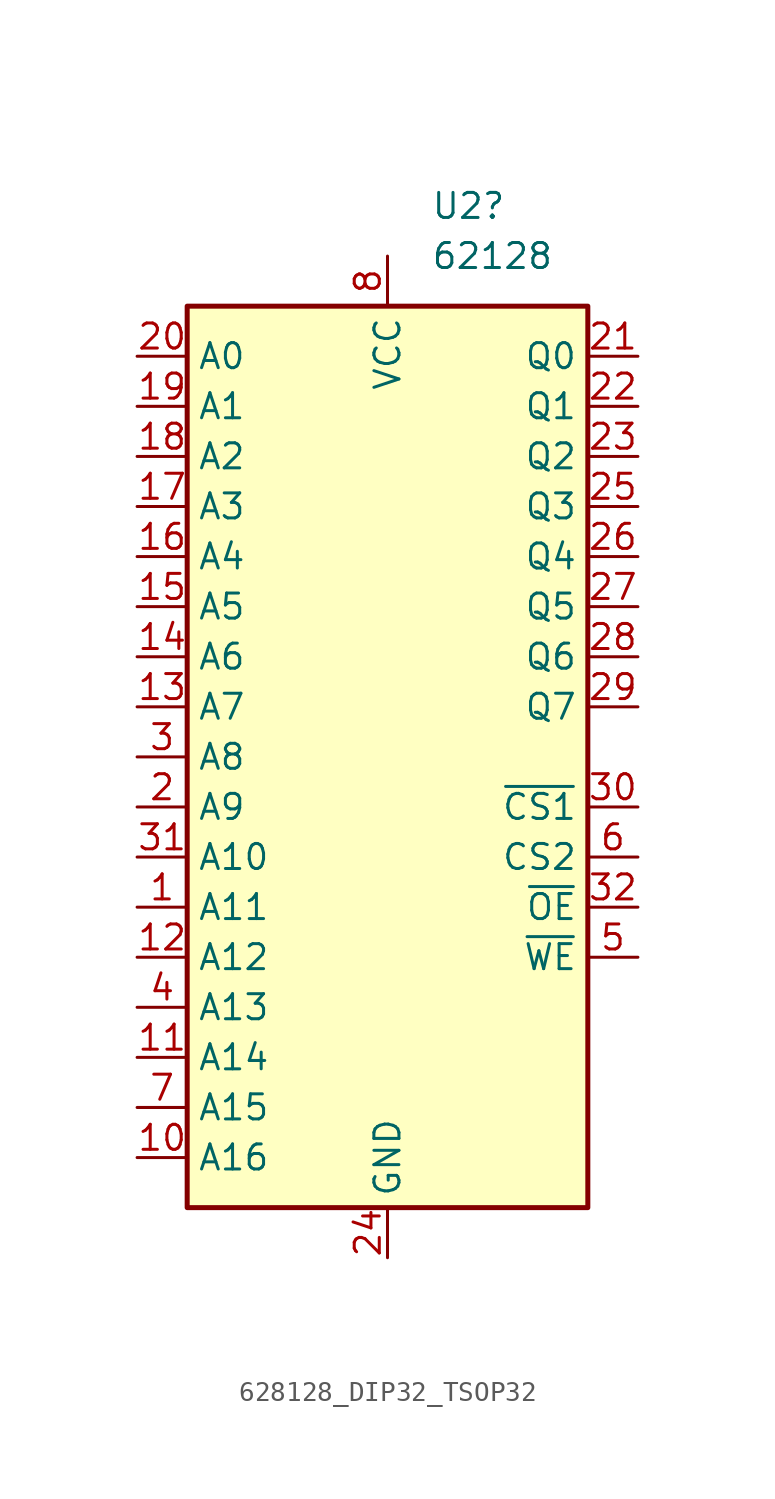
<source format=kicad_sym>
(kicad_symbol_lib
  (version 20241209)
  (generator "kicad_symbol_editor")
  (generator_version "9.0")
  (symbol "628128_DIP32_TSOP32"
    (property "Reference" "U2"
      (at 2.194 27.94 0)
      (effects (font (size 1.27 1.27)) (justify left)))
    (property "Value" "62128"
      (at 2.194 25.4 0)
      (effects (font (size 1.27 1.27)) (justify left)))
    (symbol "628128_DIP32_TSOP32_0_1"
      (rectangle (start -10.16 22.86) (end 10.16 -22.86) (stroke (width 0.254) (type default)) (fill (type background))))
    (symbol "628128_DIP32_TSOP32_1_0"
      (pin power_in line (at 0 25.4 270) (length 2.54) (name "VCC" (effects (font (size 1.27 1.27)))) (number "8" (effects (font (size 1.27 1.27)))))
      (pin power_in line (at 0 -25.4 90) (length 2.54) (name "GND" (effects (font (size 1.27 1.27)))) (number "24" (effects (font (size 1.27 1.27))))))
    (symbol "628128_DIP32_TSOP32_1_1"
      (pin input line (at -12.7 20.32 0) (length 2.54) (name "A0" (effects (font (size 1.27 1.27)))) (number "20" (effects (font (size 1.27 1.27)))))
      (pin input line (at -12.7 17.78 0) (length 2.54) (name "A1" (effects (font (size 1.27 1.27)))) (number "19" (effects (font (size 1.27 1.27)))))
      (pin input line (at -12.7 15.24 0) (length 2.54) (name "A2" (effects (font (size 1.27 1.27)))) (number "18" (effects (font (size 1.27 1.27)))))
      (pin input line (at -12.7 12.7 0) (length 2.54) (name "A3" (effects (font (size 1.27 1.27)))) (number "17" (effects (font (size 1.27 1.27)))))
      (pin input line (at -12.7 10.16 0) (length 2.54) (name "A4" (effects (font (size 1.27 1.27)))) (number "16" (effects (font (size 1.27 1.27)))))
      (pin input line (at -12.7 7.62 0) (length 2.54) (name "A5" (effects (font (size 1.27 1.27)))) (number "15" (effects (font (size 1.27 1.27)))))
      (pin input line (at -12.7 5.08 0) (length 2.54) (name "A6" (effects (font (size 1.27 1.27)))) (number "14" (effects (font (size 1.27 1.27)))))
      (pin input line (at -12.7 2.54 0) (length 2.54) (name "A7" (effects (font (size 1.27 1.27)))) (number "13" (effects (font (size 1.27 1.27)))))
      (pin input line (at -12.7 0 0) (length 2.54) (name "A8" (effects (font (size 1.27 1.27)))) (number "3" (effects (font (size 1.27 1.27)))))
      (pin input line (at -12.7 -2.54 0) (length 2.54) (name "A9" (effects (font (size 1.27 1.27)))) (number "2" (effects (font (size 1.27 1.27)))))
      (pin input line (at -12.7 -5.08 0) (length 2.54) (name "A10" (effects (font (size 1.27 1.27)))) (number "31" (effects (font (size 1.27 1.27)))))
      (pin input line (at -12.7 -7.62 0) (length 2.54) (name "A11" (effects (font (size 1.27 1.27)))) (number "1" (effects (font (size 1.27 1.27)))))
      (pin input line (at -12.7 -10.16 0) (length 2.54) (name "A12" (effects (font (size 1.27 1.27)))) (number "12" (effects (font (size 1.27 1.27)))))
      (pin input line (at -12.7 -12.7 0) (length 2.54) (name "A13" (effects (font (size 1.27 1.27)))) (number "4" (effects (font (size 1.27 1.27)))))
      (pin input line (at -12.7 -15.24 0) (length 2.54) (name "A14" (effects (font (size 1.27 1.27)))) (number "11" (effects (font (size 1.27 1.27)))))
      (pin input line (at -12.7 -17.78 0) (length 2.54) (name "A15" (effects (font (size 1.27 1.27)))) (number "7" (effects (font (size 1.27 1.27)))))
      (pin input line (at -12.7 -20.32 0) (length 2.54) (name "A16" (effects (font (size 1.27 1.27)))) (number "10" (effects (font (size 1.27 1.27)))))
      (pin tri_state line (at 12.7 20.32 180) (length 2.54) (name "Q0" (effects (font (size 1.27 1.27)))) (number "21" (effects (font (size 1.27 1.27)))))
      (pin tri_state line (at 12.7 17.78 180) (length 2.54) (name "Q1" (effects (font (size 1.27 1.27)))) (number "22" (effects (font (size 1.27 1.27)))))
      (pin tri_state line (at 12.7 15.24 180) (length 2.54) (name "Q2" (effects (font (size 1.27 1.27)))) (number "23" (effects (font (size 1.27 1.27)))))
      (pin tri_state line (at 12.7 12.7 180) (length 2.54) (name "Q3" (effects (font (size 1.27 1.27)))) (number "25" (effects (font (size 1.27 1.27)))))
      (pin tri_state line (at 12.7 10.16 180) (length 2.54) (name "Q4" (effects (font (size 1.27 1.27)))) (number "26" (effects (font (size 1.27 1.27)))))
      (pin tri_state line (at 12.7 7.62 180) (length 2.54) (name "Q5" (effects (font (size 1.27 1.27)))) (number "27" (effects (font (size 1.27 1.27)))))
      (pin tri_state line (at 12.7 5.08 180) (length 2.54) (name "Q6" (effects (font (size 1.27 1.27)))) (number "28" (effects (font (size 1.27 1.27)))))
      (pin tri_state line (at 12.7 2.54 180) (length 2.54) (name "Q7" (effects (font (size 1.27 1.27)))) (number "29" (effects (font (size 1.27 1.27)))))
      (pin input line (at 12.7 -2.54 180) (length 2.54) (name "~{CS1}" (effects (font (size 1.27 1.27)))) (number "30" (effects (font (size 1.27 1.27)))))
      (pin input line (at 12.7 -5.08 180) (length 2.54) (name "CS2" (effects (font (size 1.27 1.27)))) (number "6" (effects (font (size 1.27 1.27)))))
      (pin input line (at 12.7 -7.62 180) (length 2.54) (name "~{OE}" (effects (font (size 1.27 1.27)))) (number "32" (effects (font (size 1.27 1.27)))))
      (pin input line (at 12.7 -10.16 180) (length 2.54) (name "~{WE}" (effects (font (size 1.27 1.27)))) (number "5" (effects (font (size 1.27 1.27))))))))
</source>
